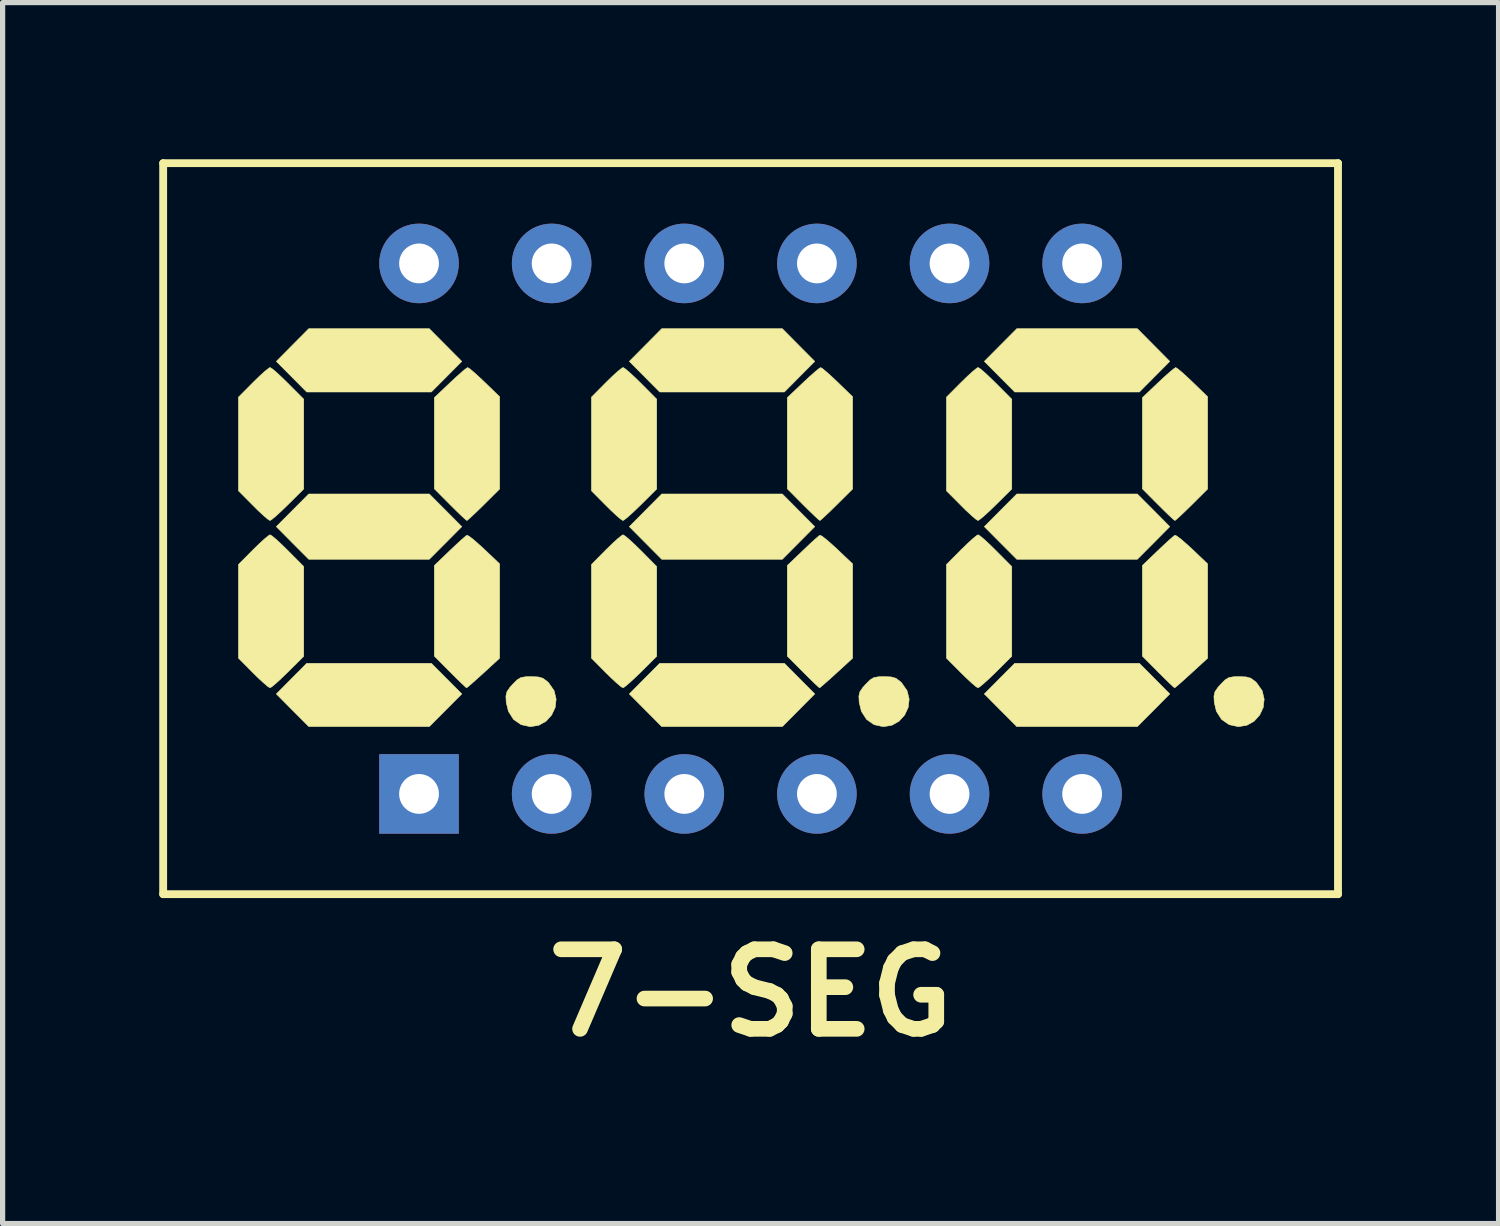
<source format=kicad_pcb>
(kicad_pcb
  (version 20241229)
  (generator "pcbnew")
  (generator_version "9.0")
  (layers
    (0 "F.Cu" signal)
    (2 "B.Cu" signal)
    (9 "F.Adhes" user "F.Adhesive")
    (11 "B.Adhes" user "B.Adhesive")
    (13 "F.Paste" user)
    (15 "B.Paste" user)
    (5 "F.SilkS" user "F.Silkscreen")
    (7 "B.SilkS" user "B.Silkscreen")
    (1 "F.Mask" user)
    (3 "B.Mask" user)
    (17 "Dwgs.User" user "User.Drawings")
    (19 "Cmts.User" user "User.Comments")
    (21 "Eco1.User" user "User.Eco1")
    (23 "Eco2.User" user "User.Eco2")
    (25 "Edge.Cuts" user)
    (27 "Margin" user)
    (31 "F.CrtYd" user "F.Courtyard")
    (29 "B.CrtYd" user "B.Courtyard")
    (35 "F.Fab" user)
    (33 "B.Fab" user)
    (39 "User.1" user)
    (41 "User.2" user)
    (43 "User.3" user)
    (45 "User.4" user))
  (footprint "7-SEG"
    (layer "F.Cu")
    (at 11.325 7.075)
    (property "Reference" "7-SEG" (at 0 8.89 0) (layer "F.SilkS") (effects (font (size 1.524 1.524) (thickness 0.3))))
    (attr through_hole)
    (fp_line (start -11.25 -7) (end -11.25 7) (stroke (width 0.15) (type solid)) (layer "F.SilkS"))
    (fp_line (start -11.25 -7) (end 11.25 -7) (stroke (width 0.15) (type solid)) (layer "F.SilkS"))
    (fp_line (start -11.25 7) (end 11.25 7) (stroke (width 0.15) (type solid)) (layer "F.SilkS"))
    (fp_line (start 11.25 -7) (end 11.25 7) (stroke (width 0.15) (type solid)) (layer "F.SilkS"))
    (fp_poly (pts (xy -5.842 -3.517) (xy -5.531 -3.204) (xy -5.822 -2.911) (xy -6.114 -2.618) (xy -8.501 -2.618) (xy -8.792 -2.911) (xy -9.083 -3.204) (xy -8.773 -3.517) (xy -8.462 -3.83) (xy -6.153 -3.83) (xy -5.842 -3.517)) (stroke (width 0.01) (type solid)) (fill yes) (layer "F.SilkS"))
    (fp_poly (pts (xy -5.842 -0.352) (xy -5.531 -0.039) (xy -5.842 0.274) (xy -6.153 0.586) (xy -8.462 0.586) (xy -8.773 0.274) (xy -9.084 -0.039) (xy -8.773 -0.352) (xy -8.462 -0.664) (xy -6.153 -0.664) (xy -5.842 -0.352)) (stroke (width 0.01) (type solid)) (fill yes) (layer "F.SilkS"))
    (fp_poly (pts (xy -5.822 2.872) (xy -5.531 3.165) (xy -5.842 3.478) (xy -6.153 3.79) (xy -8.462 3.79) (xy -8.773 3.478) (xy -9.083 3.165) (xy -8.792 2.872) (xy -8.501 2.579) (xy -6.114 2.579) (xy -5.822 2.872)) (stroke (width 0.01) (type solid)) (fill yes) (layer "F.SilkS"))
    (fp_poly (pts (xy 0.918 -3.517) (xy 1.229 -3.204) (xy 0.938 -2.911) (xy 0.647 -2.618) (xy -1.741 -2.618) (xy -2.032 -2.911) (xy -2.323 -3.204) (xy -2.012 -3.517) (xy -1.702 -3.83) (xy 0.608 -3.83) (xy 0.918 -3.517)) (stroke (width 0.01) (type solid)) (fill yes) (layer "F.SilkS"))
    (fp_poly (pts (xy 0.918 -0.352) (xy 1.229 -0.039) (xy 0.918 0.274) (xy 0.608 0.586) (xy -1.702 0.586) (xy -2.012 0.274) (xy -2.323 -0.039) (xy -2.012 -0.352) (xy -1.702 -0.664) (xy 0.608 -0.664) (xy 0.918 -0.352)) (stroke (width 0.01) (type solid)) (fill yes) (layer "F.SilkS"))
    (fp_poly (pts (xy 0.938 2.872) (xy 1.229 3.165) (xy 0.918 3.478) (xy 0.608 3.79) (xy -1.702 3.79) (xy -2.012 3.478) (xy -2.323 3.165) (xy -2.032 2.872) (xy -1.741 2.579) (xy 0.647 2.579) (xy 0.938 2.872)) (stroke (width 0.01) (type solid)) (fill yes) (layer "F.SilkS"))
    (fp_poly (pts (xy 7.718 -3.517) (xy 8.028 -3.204) (xy 7.737 -2.911) (xy 7.446 -2.618) (xy 5.059 -2.618) (xy 4.767 -2.911) (xy 4.476 -3.204) (xy 4.787 -3.517) (xy 5.098 -3.83) (xy 7.407 -3.83) (xy 7.718 -3.517)) (stroke (width 0.01) (type solid)) (fill yes) (layer "F.SilkS"))
    (fp_poly (pts (xy 7.718 -0.352) (xy 8.028 -0.039) (xy 7.718 0.274) (xy 7.407 0.586) (xy 5.098 0.586) (xy 4.787 0.274) (xy 4.476 -0.039) (xy 4.787 -0.352) (xy 5.098 -0.664) (xy 7.407 -0.664) (xy 7.718 -0.352)) (stroke (width 0.01) (type solid)) (fill yes) (layer "F.SilkS"))
    (fp_poly (pts (xy 7.737 2.872) (xy 8.028 3.165) (xy 7.718 3.478) (xy 7.407 3.79) (xy 5.098 3.79) (xy 4.787 3.478) (xy 4.476 3.165) (xy 4.767 2.872) (xy 5.059 2.579) (xy 7.446 2.579) (xy 7.737 2.872)) (stroke (width 0.01) (type solid)) (fill yes) (layer "F.SilkS"))
    (fp_poly (pts (xy -9.16 -3.061) (xy -9.076 -2.99) (xy -8.964 -2.885) (xy -8.86 -2.783) (xy -8.558 -2.48) (xy -8.558 -0.76) (xy -8.862 -0.458) (xy -8.988 -0.336) (xy -9.096 -0.237) (xy -9.173 -0.174) (xy -9.204 -0.156) (xy -9.247 -0.182) (xy -9.33 -0.253) (xy -9.441 -0.356) (xy -9.526 -0.441) (xy -9.808 -0.725) (xy -9.808 -2.519) (xy -9.526 -2.803) (xy -9.404 -2.922) (xy -9.3 -3.016) (xy -9.227 -3.074) (xy -9.203 -3.087) (xy -9.16 -3.061)) (stroke (width 0.01) (type solid)) (fill yes) (layer "F.SilkS"))
    (fp_poly (pts (xy -9.16 0.143) (xy -9.076 0.214) (xy -8.964 0.319) (xy -8.86 0.421) (xy -8.558 0.725) (xy -8.558 2.444) (xy -8.862 2.746) (xy -8.988 2.868) (xy -9.096 2.967) (xy -9.173 3.03) (xy -9.204 3.048) (xy -9.247 3.022) (xy -9.33 2.951) (xy -9.441 2.848) (xy -9.526 2.764) (xy -9.808 2.48) (xy -9.808 0.686) (xy -9.526 0.401) (xy -9.404 0.283) (xy -9.3 0.188) (xy -9.227 0.13) (xy -9.203 0.117) (xy -9.16 0.143)) (stroke (width 0.01) (type solid)) (fill yes) (layer "F.SilkS"))
    (fp_poly (pts (xy -5.377 -3.061) (xy -5.295 -2.992) (xy -5.184 -2.891) (xy -5.095 -2.807) (xy -4.806 -2.527) (xy -4.806 -0.76) (xy -5.11 -0.458) (xy -5.235 -0.336) (xy -5.338 -0.238) (xy -5.409 -0.174) (xy -5.433 -0.156) (xy -5.467 -0.182) (xy -5.544 -0.253) (xy -5.651 -0.357) (xy -5.755 -0.46) (xy -6.057 -0.764) (xy -6.057 -2.509) (xy -5.754 -2.797) (xy -5.627 -2.915) (xy -5.52 -3.01) (xy -5.445 -3.07) (xy -5.418 -3.086) (xy -5.377 -3.061)) (stroke (width 0.01) (type solid)) (fill yes) (layer "F.SilkS"))
    (fp_poly (pts (xy -2.4 -3.061) (xy -2.316 -2.99) (xy -2.203 -2.885) (xy -2.099 -2.783) (xy -1.798 -2.48) (xy -1.798 -0.76) (xy -2.101 -0.458) (xy -2.228 -0.336) (xy -2.336 -0.237) (xy -2.413 -0.174) (xy -2.444 -0.156) (xy -2.487 -0.182) (xy -2.57 -0.253) (xy -2.68 -0.356) (xy -2.766 -0.441) (xy -3.048 -0.725) (xy -3.048 -2.519) (xy -2.766 -2.803) (xy -2.644 -2.922) (xy -2.54 -3.016) (xy -2.467 -3.074) (xy -2.442 -3.087) (xy -2.4 -3.061)) (stroke (width 0.01) (type solid)) (fill yes) (layer "F.SilkS"))
    (fp_poly (pts (xy -2.4 0.143) (xy -2.316 0.214) (xy -2.203 0.319) (xy -2.099 0.421) (xy -1.798 0.725) (xy -1.798 2.444) (xy -2.101 2.746) (xy -2.228 2.868) (xy -2.336 2.967) (xy -2.413 3.03) (xy -2.444 3.048) (xy -2.487 3.022) (xy -2.57 2.951) (xy -2.68 2.848) (xy -2.766 2.764) (xy -3.048 2.48) (xy -3.048 0.686) (xy -2.766 0.401) (xy -2.644 0.283) (xy -2.54 0.188) (xy -2.467 0.13) (xy -2.442 0.117) (xy -2.4 0.143)) (stroke (width 0.01) (type solid)) (fill yes) (layer "F.SilkS"))
    (fp_poly (pts (xy 1.383 -3.061) (xy 1.465 -2.992) (xy 1.577 -2.891) (xy 1.665 -2.807) (xy 1.954 -2.527) (xy 1.954 -0.76) (xy 1.65 -0.458) (xy 1.526 -0.336) (xy 1.422 -0.238) (xy 1.352 -0.174) (xy 1.327 -0.156) (xy 1.293 -0.182) (xy 1.217 -0.253) (xy 1.109 -0.357) (xy 1.005 -0.46) (xy 0.703 -0.764) (xy 0.703 -2.509) (xy 1.006 -2.797) (xy 1.133 -2.915) (xy 1.241 -3.01) (xy 1.315 -3.07) (xy 1.343 -3.086) (xy 1.383 -3.061)) (stroke (width 0.01) (type solid)) (fill yes) (layer "F.SilkS"))
    (fp_poly (pts (xy 4.4 -3.061) (xy 4.484 -2.99) (xy 4.596 -2.885) (xy 4.7 -2.783) (xy 5.002 -2.48) (xy 5.002 -0.76) (xy 4.698 -0.458) (xy 4.572 -0.336) (xy 4.463 -0.237) (xy 4.386 -0.174) (xy 4.355 -0.156) (xy 4.313 -0.182) (xy 4.23 -0.253) (xy 4.119 -0.356) (xy 4.034 -0.441) (xy 3.751 -0.725) (xy 3.751 -2.519) (xy 4.034 -2.803) (xy 4.156 -2.922) (xy 4.26 -3.016) (xy 4.332 -3.074) (xy 4.357 -3.087) (xy 4.4 -3.061)) (stroke (width 0.01) (type solid)) (fill yes) (layer "F.SilkS"))
    (fp_poly (pts (xy 4.4 0.143) (xy 4.484 0.214) (xy 4.596 0.319) (xy 4.7 0.421) (xy 5.002 0.725) (xy 5.002 2.444) (xy 4.698 2.746) (xy 4.572 2.868) (xy 4.463 2.967) (xy 4.386 3.03) (xy 4.355 3.048) (xy 4.313 3.022) (xy 4.23 2.951) (xy 4.119 2.848) (xy 4.034 2.764) (xy 3.751 2.48) (xy 3.751 0.686) (xy 4.034 0.401) (xy 4.156 0.283) (xy 4.26 0.188) (xy 4.332 0.13) (xy 4.357 0.117) (xy 4.4 0.143)) (stroke (width 0.01) (type solid)) (fill yes) (layer "F.SilkS"))
    (fp_poly (pts (xy 8.182 -3.061) (xy 8.265 -2.992) (xy 8.376 -2.891) (xy 8.464 -2.807) (xy 8.753 -2.527) (xy 8.753 -0.76) (xy 8.45 -0.458) (xy 8.325 -0.336) (xy 8.222 -0.238) (xy 8.151 -0.174) (xy 8.126 -0.156) (xy 8.092 -0.182) (xy 8.016 -0.253) (xy 7.909 -0.357) (xy 7.805 -0.46) (xy 7.503 -0.764) (xy 7.503 -2.509) (xy 7.806 -2.797) (xy 7.933 -2.915) (xy 8.04 -3.01) (xy 8.115 -3.07) (xy 8.142 -3.086) (xy 8.182 -3.061)) (stroke (width 0.01) (type solid)) (fill yes) (layer "F.SilkS"))
    (fp_poly (pts (xy -5.391 0.145) (xy -5.308 0.209) (xy -5.196 0.307) (xy -5.102 0.393) (xy -4.806 0.674) (xy -4.806 1.578) (xy -4.807 2.481) (xy -5.116 2.765) (xy -5.244 2.88) (xy -5.348 2.973) (xy -5.418 3.032) (xy -5.44 3.048) (xy -5.471 3.022) (xy -5.545 2.952) (xy -5.651 2.848) (xy -5.755 2.744) (xy -6.057 2.441) (xy -6.057 0.705) (xy -5.761 0.421) (xy -5.635 0.302) (xy -5.529 0.205) (xy -5.456 0.142) (xy -5.431 0.125) (xy -5.391 0.145)) (stroke (width 0.01) (type solid)) (fill yes) (layer "F.SilkS"))
    (fp_poly (pts (xy -4.069 2.839) (xy -3.979 2.864) (xy -3.901 2.921) (xy -3.866 2.954) (xy -3.762 3.104) (xy -3.724 3.265) (xy -3.742 3.424) (xy -3.81 3.569) (xy -3.917 3.688) (xy -4.057 3.766) (xy -4.22 3.792) (xy -4.396 3.753) (xy -4.54 3.653) (xy -4.638 3.499) (xy -4.68 3.327) (xy -4.686 3.207) (xy -4.667 3.124) (xy -4.611 3.041) (xy -4.56 2.984) (xy -4.473 2.896) (xy -4.398 2.851) (xy -4.302 2.835) (xy -4.205 2.833) (xy -4.069 2.839)) (stroke (width 0.01) (type solid)) (fill yes) (layer "F.SilkS"))
    (fp_poly (pts (xy 1.37 0.145) (xy 1.452 0.209) (xy 1.564 0.307) (xy 1.658 0.393) (xy 1.954 0.674) (xy 1.954 1.578) (xy 1.954 2.481) (xy 1.644 2.765) (xy 1.517 2.88) (xy 1.412 2.973) (xy 1.343 3.032) (xy 1.321 3.048) (xy 1.289 3.022) (xy 1.215 2.952) (xy 1.109 2.848) (xy 1.005 2.744) (xy 0.703 2.441) (xy 0.703 0.705) (xy 1 0.421) (xy 1.125 0.302) (xy 1.231 0.205) (xy 1.304 0.142) (xy 1.329 0.125) (xy 1.37 0.145)) (stroke (width 0.01) (type solid)) (fill yes) (layer "F.SilkS"))
    (fp_poly (pts (xy 2.691 2.839) (xy 2.781 2.864) (xy 2.859 2.921) (xy 2.894 2.954) (xy 2.998 3.104) (xy 3.037 3.265) (xy 3.018 3.424) (xy 2.951 3.569) (xy 2.843 3.688) (xy 2.704 3.766) (xy 2.541 3.792) (xy 2.364 3.753) (xy 2.221 3.653) (xy 2.122 3.499) (xy 2.08 3.327) (xy 2.074 3.207) (xy 2.093 3.124) (xy 2.15 3.041) (xy 2.2 2.984) (xy 2.288 2.896) (xy 2.362 2.851) (xy 2.459 2.835) (xy 2.556 2.833) (xy 2.691 2.839)) (stroke (width 0.01) (type solid)) (fill yes) (layer "F.SilkS"))
    (fp_poly (pts (xy 8.169 0.145) (xy 8.252 0.209) (xy 8.364 0.307) (xy 8.458 0.393) (xy 8.753 0.674) (xy 8.753 1.578) (xy 8.753 2.481) (xy 8.443 2.765) (xy 8.316 2.88) (xy 8.212 2.973) (xy 8.142 3.032) (xy 8.12 3.048) (xy 8.089 3.022) (xy 8.015 2.952) (xy 7.909 2.848) (xy 7.805 2.744) (xy 7.503 2.441) (xy 7.503 0.705) (xy 7.799 0.421) (xy 7.925 0.302) (xy 8.031 0.205) (xy 8.104 0.142) (xy 8.129 0.125) (xy 8.169 0.145)) (stroke (width 0.01) (type solid)) (fill yes) (layer "F.SilkS"))
    (fp_poly (pts (xy 9.49 2.839) (xy 9.58 2.864) (xy 9.658 2.921) (xy 9.693 2.954) (xy 9.798 3.104) (xy 9.836 3.265) (xy 9.818 3.424) (xy 9.75 3.569) (xy 9.643 3.688) (xy 9.503 3.766) (xy 9.34 3.792) (xy 9.164 3.753) (xy 9.02 3.653) (xy 8.921 3.499) (xy 8.88 3.327) (xy 8.874 3.207) (xy 8.893 3.124) (xy 8.949 3.041) (xy 9 2.984) (xy 9.087 2.896) (xy 9.162 2.851) (xy 9.258 2.835) (xy 9.355 2.833) (xy 9.49 2.839)) (stroke (width 0.01) (type solid)) (fill yes) (layer "F.SilkS"))
    (pad "1" thru_hole rect (at -6.35 5.08) (size 1.524 1.524) (drill 0.762) (layers "*.Cu" "*.Mask"))
    (pad "2" thru_hole circle (at -3.81 5.08) (size 1.524 1.524) (drill 0.762) (layers "*.Cu" "*.Mask"))
    (pad "3" thru_hole circle (at -1.27 5.08) (size 1.524 1.524) (drill 0.762) (layers "*.Cu" "*.Mask"))
    (pad "4" thru_hole circle (at 1.27 5.08) (size 1.524 1.524) (drill 0.762) (layers "*.Cu" "*.Mask"))
    (pad "5" thru_hole circle (at 3.81 5.08) (size 1.524 1.524) (drill 0.762) (layers "*.Cu" "*.Mask"))
    (pad "6" thru_hole circle (at 6.35 5.08) (size 1.524 1.524) (drill 0.762) (layers "*.Cu" "*.Mask"))
    (pad "7" thru_hole circle (at 6.35 -5.08) (size 1.524 1.524) (drill 0.762) (layers "*.Cu" "*.Mask"))
    (pad "8" thru_hole circle (at 3.81 -5.08) (size 1.524 1.524) (drill 0.762) (layers "*.Cu" "*.Mask"))
    (pad "9" thru_hole circle (at 1.27 -5.08) (size 1.524 1.524) (drill 0.762) (layers "*.Cu" "*.Mask"))
    (pad "10" thru_hole circle (at -1.27 -5.08) (size 1.524 1.524) (drill 0.762) (layers "*.Cu" "*.Mask"))
    (pad "11" thru_hole circle (at -3.81 -5.08) (size 1.524 1.524) (drill 0.762) (layers "*.Cu" "*.Mask"))
    (pad "12" thru_hole circle (at -6.35 -5.08) (size 1.524 1.524) (drill 0.762) (layers "*.Cu" "*.Mask")))
  (gr_rect
    (start -3 -3)
    (end 25.65 20.383)
    (stroke (width 0.1) (type default))
    (fill no)
    (layer "Edge.Cuts")))
</source>
